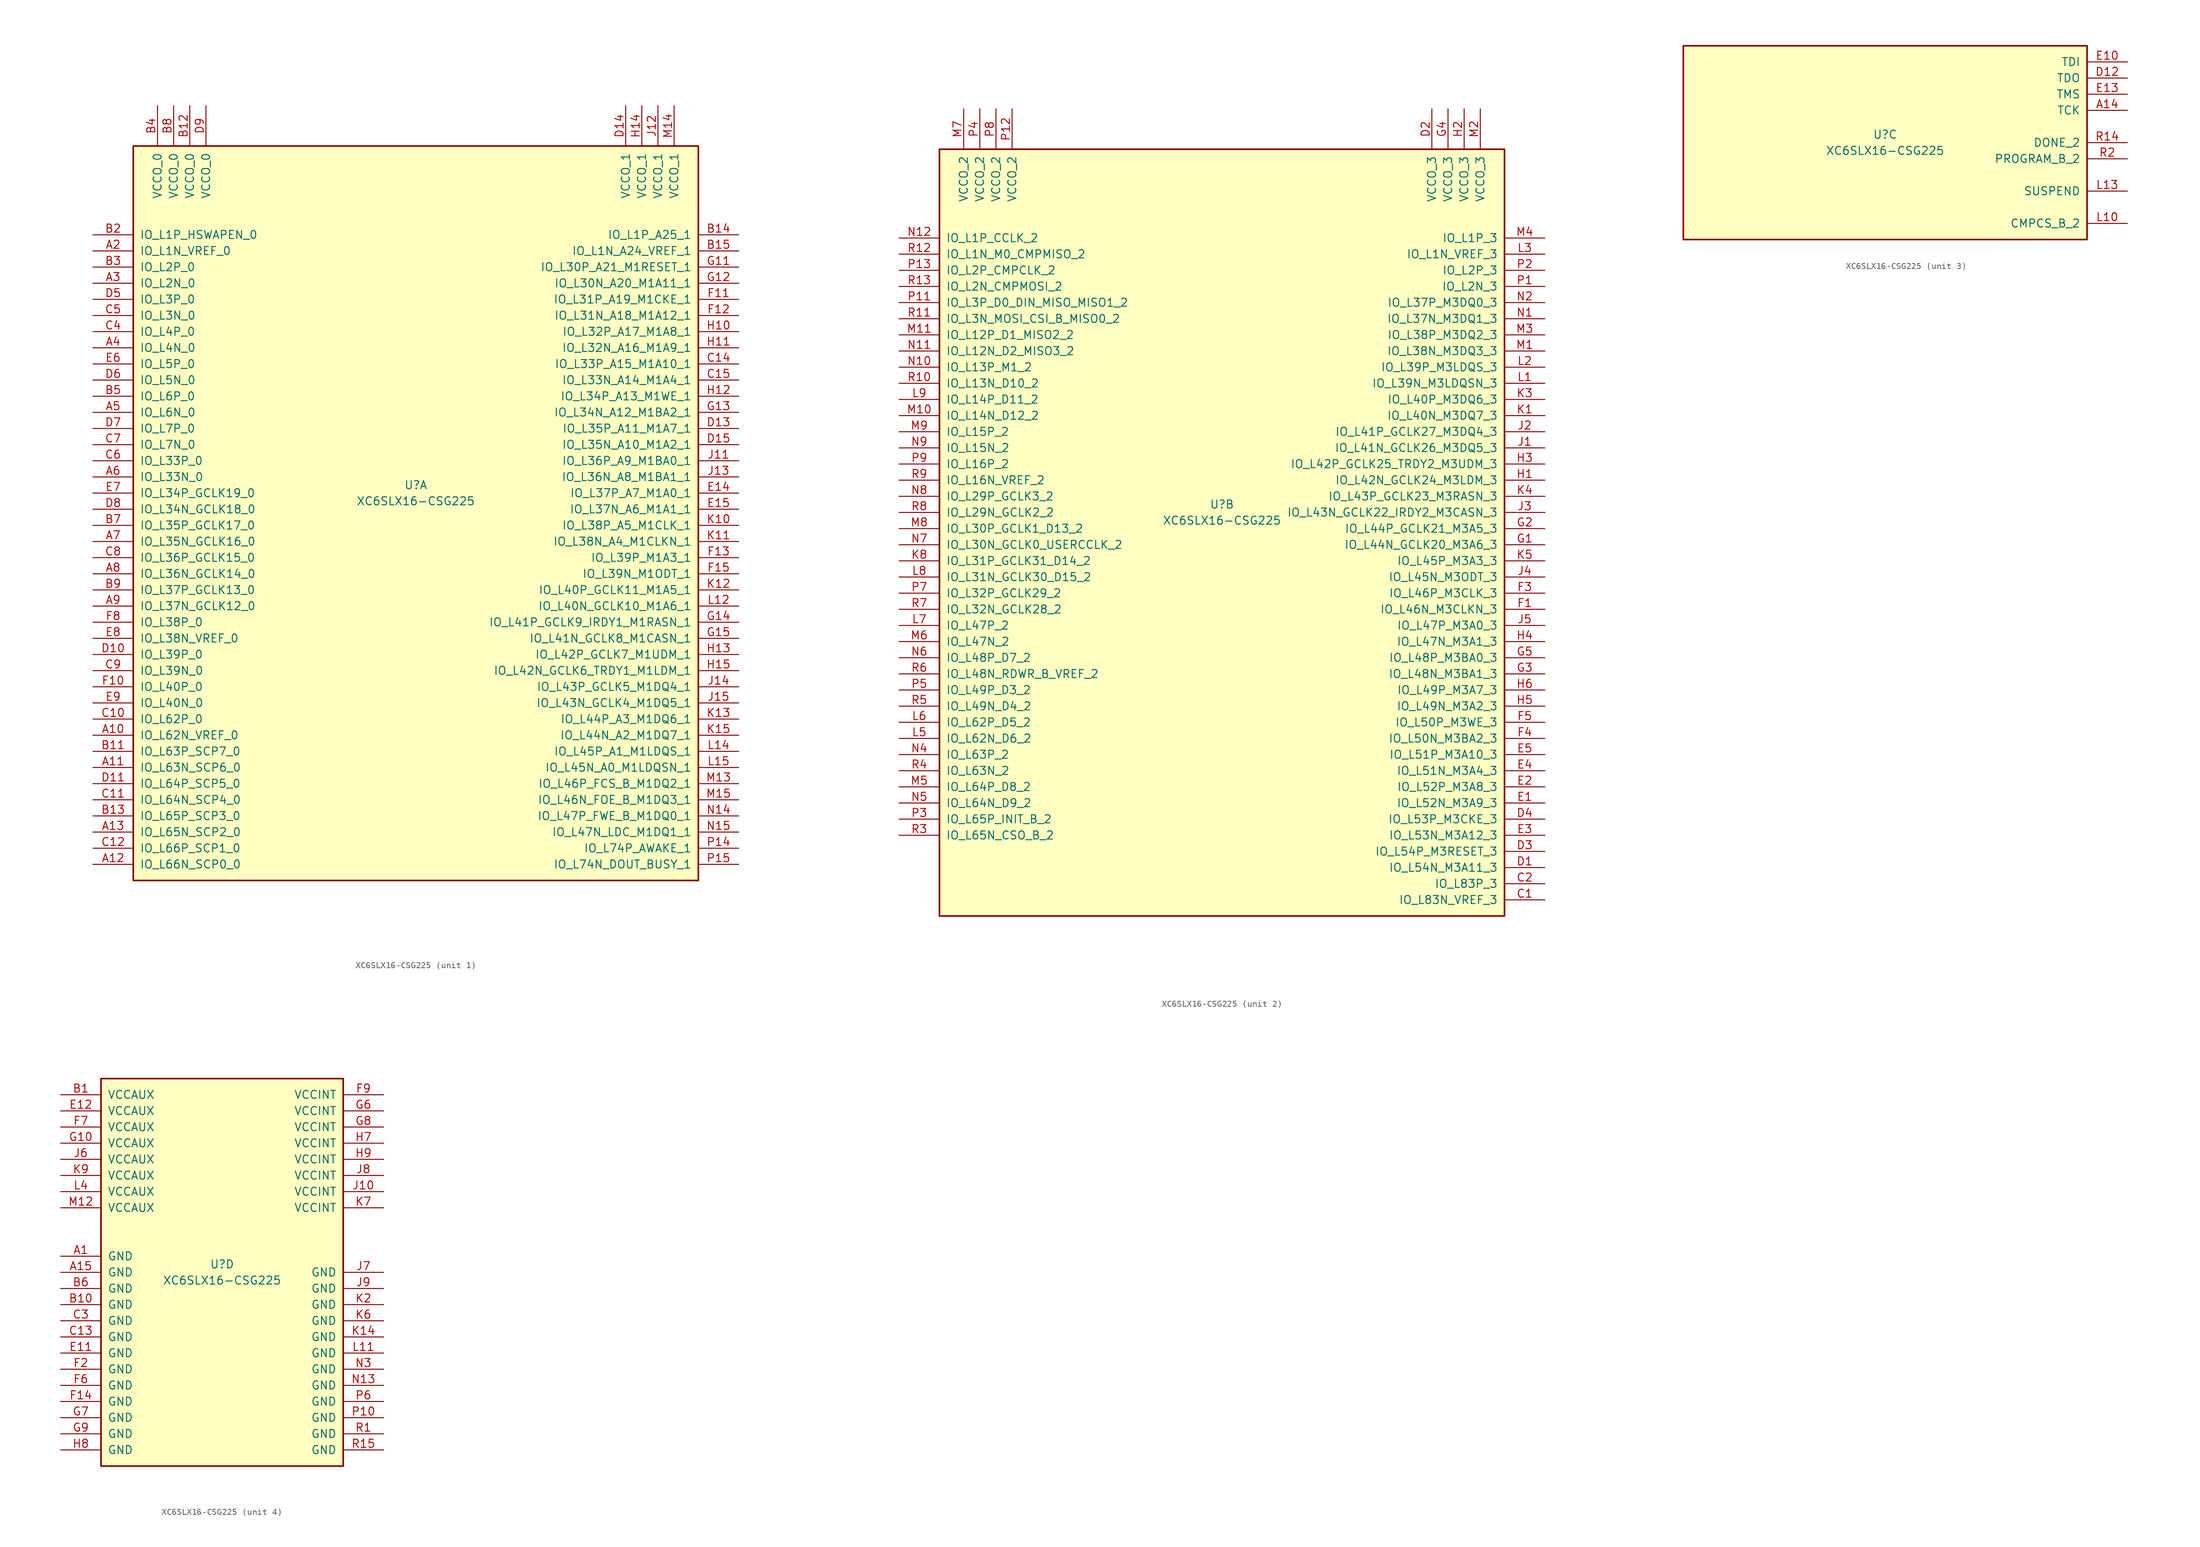
<source format=kicad_sym>
(kicad_symbol_lib
  (version 20201005)
  (generator kicad_symbol_editor)
  (symbol "FPGA_Xilinx_Spartan6:XC6SLX16-CSG225"
    (pin_names
      (offset 1.016))
    (property "Reference" "U"
      (at 0 1.27 0)
      (effects (font (size 1.27 1.27))))
    (property "Value" "XC6SLX16-CSG225"
      (at 0 -1.27 0)
      (effects (font (size 1.27 1.27))))
    (property "Datasheet" ""
      (at 0 0 0)
      (effects (font (size 1.27 1.27))))
    (property "ki_locked" ""
      (at 0 0 0)
      (effects (font (size 1.27 1.27))))
    (symbol "XC6SLX16-CSG225_1_1"
      (rectangle (start -44.45 54.61) (end 44.45 -60.96) (stroke (width 0.254)) (fill (type background)))
      (pin power_in line (at -40.64 60.96 270) (length 6.35) (name "VCCO_0" (effects (font (size 1.27 1.27)))) (number "B4" (effects (font (size 1.27 1.27)))))
      (pin power_in line (at -38.1 60.96 270) (length 6.35) (name "VCCO_0" (effects (font (size 1.27 1.27)))) (number "B8" (effects (font (size 1.27 1.27)))))
      (pin power_in line (at -35.56 60.96 270) (length 6.35) (name "VCCO_0" (effects (font (size 1.27 1.27)))) (number "B12" (effects (font (size 1.27 1.27)))))
      (pin power_in line (at -33.02 60.96 270) (length 6.35) (name "VCCO_0" (effects (font (size 1.27 1.27)))) (number "D9" (effects (font (size 1.27 1.27)))))
      (pin bidirectional line (at -50.8 40.64 0) (length 6.35) (name "IO_L1P_HSWAPEN_0" (effects (font (size 1.27 1.27)))) (number "B2" (effects (font (size 1.27 1.27)))))
      (pin bidirectional line (at -50.8 38.1 0) (length 6.35) (name "IO_L1N_VREF_0" (effects (font (size 1.27 1.27)))) (number "A2" (effects (font (size 1.27 1.27)))))
      (pin bidirectional line (at -50.8 35.56 0) (length 6.35) (name "IO_L2P_0" (effects (font (size 1.27 1.27)))) (number "B3" (effects (font (size 1.27 1.27)))))
      (pin bidirectional line (at -50.8 33.02 0) (length 6.35) (name "IO_L2N_0" (effects (font (size 1.27 1.27)))) (number "A3" (effects (font (size 1.27 1.27)))))
      (pin bidirectional line (at -50.8 30.48 0) (length 6.35) (name "IO_L3P_0" (effects (font (size 1.27 1.27)))) (number "D5" (effects (font (size 1.27 1.27)))))
      (pin bidirectional line (at -50.8 27.94 0) (length 6.35) (name "IO_L3N_0" (effects (font (size 1.27 1.27)))) (number "C5" (effects (font (size 1.27 1.27)))))
      (pin bidirectional line (at -50.8 25.4 0) (length 6.35) (name "IO_L4P_0" (effects (font (size 1.27 1.27)))) (number "C4" (effects (font (size 1.27 1.27)))))
      (pin bidirectional line (at -50.8 22.86 0) (length 6.35) (name "IO_L4N_0" (effects (font (size 1.27 1.27)))) (number "A4" (effects (font (size 1.27 1.27)))))
      (pin bidirectional line (at -50.8 20.32 0) (length 6.35) (name "IO_L5P_0" (effects (font (size 1.27 1.27)))) (number "E6" (effects (font (size 1.27 1.27)))))
      (pin bidirectional line (at -50.8 17.78 0) (length 6.35) (name "IO_L5N_0" (effects (font (size 1.27 1.27)))) (number "D6" (effects (font (size 1.27 1.27)))))
      (pin bidirectional line (at -50.8 15.24 0) (length 6.35) (name "IO_L6P_0" (effects (font (size 1.27 1.27)))) (number "B5" (effects (font (size 1.27 1.27)))))
      (pin bidirectional line (at -50.8 12.7 0) (length 6.35) (name "IO_L6N_0" (effects (font (size 1.27 1.27)))) (number "A5" (effects (font (size 1.27 1.27)))))
      (pin bidirectional line (at -50.8 10.16 0) (length 6.35) (name "IO_L7P_0" (effects (font (size 1.27 1.27)))) (number "D7" (effects (font (size 1.27 1.27)))))
      (pin bidirectional line (at -50.8 7.62 0) (length 6.35) (name "IO_L7N_0" (effects (font (size 1.27 1.27)))) (number "C7" (effects (font (size 1.27 1.27)))))
      (pin bidirectional line (at -50.8 5.08 0) (length 6.35) (name "IO_L33P_0" (effects (font (size 1.27 1.27)))) (number "C6" (effects (font (size 1.27 1.27)))))
      (pin bidirectional line (at -50.8 2.54 0) (length 6.35) (name "IO_L33N_0" (effects (font (size 1.27 1.27)))) (number "A6" (effects (font (size 1.27 1.27)))))
      (pin bidirectional line (at -50.8 0 0) (length 6.35) (name "IO_L34P_GCLK19_0" (effects (font (size 1.27 1.27)))) (number "E7" (effects (font (size 1.27 1.27)))))
      (pin bidirectional line (at -50.8 -2.54 0) (length 6.35) (name "IO_L34N_GCLK18_0" (effects (font (size 1.27 1.27)))) (number "D8" (effects (font (size 1.27 1.27)))))
      (pin bidirectional line (at -50.8 -5.08 0) (length 6.35) (name "IO_L35P_GCLK17_0" (effects (font (size 1.27 1.27)))) (number "B7" (effects (font (size 1.27 1.27)))))
      (pin bidirectional line (at -50.8 -7.62 0) (length 6.35) (name "IO_L35N_GCLK16_0" (effects (font (size 1.27 1.27)))) (number "A7" (effects (font (size 1.27 1.27)))))
      (pin bidirectional line (at -50.8 -10.16 0) (length 6.35) (name "IO_L36P_GCLK15_0" (effects (font (size 1.27 1.27)))) (number "C8" (effects (font (size 1.27 1.27)))))
      (pin bidirectional line (at -50.8 -12.7 0) (length 6.35) (name "IO_L36N_GCLK14_0" (effects (font (size 1.27 1.27)))) (number "A8" (effects (font (size 1.27 1.27)))))
      (pin bidirectional line (at -50.8 -15.24 0) (length 6.35) (name "IO_L37P_GCLK13_0" (effects (font (size 1.27 1.27)))) (number "B9" (effects (font (size 1.27 1.27)))))
      (pin bidirectional line (at -50.8 -17.78 0) (length 6.35) (name "IO_L37N_GCLK12_0" (effects (font (size 1.27 1.27)))) (number "A9" (effects (font (size 1.27 1.27)))))
      (pin bidirectional line (at -50.8 -20.32 0) (length 6.35) (name "IO_L38P_0" (effects (font (size 1.27 1.27)))) (number "F8" (effects (font (size 1.27 1.27)))))
      (pin bidirectional line (at -50.8 -22.86 0) (length 6.35) (name "IO_L38N_VREF_0" (effects (font (size 1.27 1.27)))) (number "E8" (effects (font (size 1.27 1.27)))))
      (pin bidirectional line (at -50.8 -25.4 0) (length 6.35) (name "IO_L39P_0" (effects (font (size 1.27 1.27)))) (number "D10" (effects (font (size 1.27 1.27)))))
      (pin bidirectional line (at -50.8 -27.94 0) (length 6.35) (name "IO_L39N_0" (effects (font (size 1.27 1.27)))) (number "C9" (effects (font (size 1.27 1.27)))))
      (pin bidirectional line (at -50.8 -30.48 0) (length 6.35) (name "IO_L40P_0" (effects (font (size 1.27 1.27)))) (number "F10" (effects (font (size 1.27 1.27)))))
      (pin bidirectional line (at -50.8 -33.02 0) (length 6.35) (name "IO_L40N_0" (effects (font (size 1.27 1.27)))) (number "E9" (effects (font (size 1.27 1.27)))))
      (pin bidirectional line (at -50.8 -35.56 0) (length 6.35) (name "IO_L62P_0" (effects (font (size 1.27 1.27)))) (number "C10" (effects (font (size 1.27 1.27)))))
      (pin bidirectional line (at -50.8 -38.1 0) (length 6.35) (name "IO_L62N_VREF_0" (effects (font (size 1.27 1.27)))) (number "A10" (effects (font (size 1.27 1.27)))))
      (pin bidirectional line (at -50.8 -40.64 0) (length 6.35) (name "IO_L63P_SCP7_0" (effects (font (size 1.27 1.27)))) (number "B11" (effects (font (size 1.27 1.27)))))
      (pin bidirectional line (at -50.8 -43.18 0) (length 6.35) (name "IO_L63N_SCP6_0" (effects (font (size 1.27 1.27)))) (number "A11" (effects (font (size 1.27 1.27)))))
      (pin bidirectional line (at -50.8 -45.72 0) (length 6.35) (name "IO_L64P_SCP5_0" (effects (font (size 1.27 1.27)))) (number "D11" (effects (font (size 1.27 1.27)))))
      (pin bidirectional line (at -50.8 -48.26 0) (length 6.35) (name "IO_L64N_SCP4_0" (effects (font (size 1.27 1.27)))) (number "C11" (effects (font (size 1.27 1.27)))))
      (pin bidirectional line (at -50.8 -50.8 0) (length 6.35) (name "IO_L65P_SCP3_0" (effects (font (size 1.27 1.27)))) (number "B13" (effects (font (size 1.27 1.27)))))
      (pin bidirectional line (at -50.8 -53.34 0) (length 6.35) (name "IO_L65N_SCP2_0" (effects (font (size 1.27 1.27)))) (number "A13" (effects (font (size 1.27 1.27)))))
      (pin bidirectional line (at -50.8 -55.88 0) (length 6.35) (name "IO_L66P_SCP1_0" (effects (font (size 1.27 1.27)))) (number "C12" (effects (font (size 1.27 1.27)))))
      (pin bidirectional line (at -50.8 -58.42 0) (length 6.35) (name "IO_L66N_SCP0_0" (effects (font (size 1.27 1.27)))) (number "A12" (effects (font (size 1.27 1.27)))))
      (pin power_in line (at 33.02 60.96 270) (length 6.35) (name "VCCO_1" (effects (font (size 1.27 1.27)))) (number "D14" (effects (font (size 1.27 1.27)))))
      (pin power_in line (at 35.56 60.96 270) (length 6.35) (name "VCCO_1" (effects (font (size 1.27 1.27)))) (number "H14" (effects (font (size 1.27 1.27)))))
      (pin power_in line (at 38.1 60.96 270) (length 6.35) (name "VCCO_1" (effects (font (size 1.27 1.27)))) (number "J12" (effects (font (size 1.27 1.27)))))
      (pin power_in line (at 40.64 60.96 270) (length 6.35) (name "VCCO_1" (effects (font (size 1.27 1.27)))) (number "M14" (effects (font (size 1.27 1.27)))))
      (pin bidirectional line (at 50.8 40.64 180) (length 6.35) (name "IO_L1P_A25_1" (effects (font (size 1.27 1.27)))) (number "B14" (effects (font (size 1.27 1.27)))))
      (pin bidirectional line (at 50.8 38.1 180) (length 6.35) (name "IO_L1N_A24_VREF_1" (effects (font (size 1.27 1.27)))) (number "B15" (effects (font (size 1.27 1.27)))))
      (pin bidirectional line (at 50.8 35.56 180) (length 6.35) (name "IO_L30P_A21_M1RESET_1" (effects (font (size 1.27 1.27)))) (number "G11" (effects (font (size 1.27 1.27)))))
      (pin bidirectional line (at 50.8 33.02 180) (length 6.35) (name "IO_L30N_A20_M1A11_1" (effects (font (size 1.27 1.27)))) (number "G12" (effects (font (size 1.27 1.27)))))
      (pin bidirectional line (at 50.8 30.48 180) (length 6.35) (name "IO_L31P_A19_M1CKE_1" (effects (font (size 1.27 1.27)))) (number "F11" (effects (font (size 1.27 1.27)))))
      (pin bidirectional line (at 50.8 27.94 180) (length 6.35) (name "IO_L31N_A18_M1A12_1" (effects (font (size 1.27 1.27)))) (number "F12" (effects (font (size 1.27 1.27)))))
      (pin bidirectional line (at 50.8 25.4 180) (length 6.35) (name "IO_L32P_A17_M1A8_1" (effects (font (size 1.27 1.27)))) (number "H10" (effects (font (size 1.27 1.27)))))
      (pin bidirectional line (at 50.8 22.86 180) (length 6.35) (name "IO_L32N_A16_M1A9_1" (effects (font (size 1.27 1.27)))) (number "H11" (effects (font (size 1.27 1.27)))))
      (pin bidirectional line (at 50.8 20.32 180) (length 6.35) (name "IO_L33P_A15_M1A10_1" (effects (font (size 1.27 1.27)))) (number "C14" (effects (font (size 1.27 1.27)))))
      (pin bidirectional line (at 50.8 17.78 180) (length 6.35) (name "IO_L33N_A14_M1A4_1" (effects (font (size 1.27 1.27)))) (number "C15" (effects (font (size 1.27 1.27)))))
      (pin bidirectional line (at 50.8 15.24 180) (length 6.35) (name "IO_L34P_A13_M1WE_1" (effects (font (size 1.27 1.27)))) (number "H12" (effects (font (size 1.27 1.27)))))
      (pin bidirectional line (at 50.8 12.7 180) (length 6.35) (name "IO_L34N_A12_M1BA2_1" (effects (font (size 1.27 1.27)))) (number "G13" (effects (font (size 1.27 1.27)))))
      (pin bidirectional line (at 50.8 10.16 180) (length 6.35) (name "IO_L35P_A11_M1A7_1" (effects (font (size 1.27 1.27)))) (number "D13" (effects (font (size 1.27 1.27)))))
      (pin bidirectional line (at 50.8 7.62 180) (length 6.35) (name "IO_L35N_A10_M1A2_1" (effects (font (size 1.27 1.27)))) (number "D15" (effects (font (size 1.27 1.27)))))
      (pin bidirectional line (at 50.8 5.08 180) (length 6.35) (name "IO_L36P_A9_M1BA0_1" (effects (font (size 1.27 1.27)))) (number "J11" (effects (font (size 1.27 1.27)))))
      (pin bidirectional line (at 50.8 2.54 180) (length 6.35) (name "IO_L36N_A8_M1BA1_1" (effects (font (size 1.27 1.27)))) (number "J13" (effects (font (size 1.27 1.27)))))
      (pin bidirectional line (at 50.8 0 180) (length 6.35) (name "IO_L37P_A7_M1A0_1" (effects (font (size 1.27 1.27)))) (number "E14" (effects (font (size 1.27 1.27)))))
      (pin bidirectional line (at 50.8 -2.54 180) (length 6.35) (name "IO_L37N_A6_M1A1_1" (effects (font (size 1.27 1.27)))) (number "E15" (effects (font (size 1.27 1.27)))))
      (pin bidirectional line (at 50.8 -5.08 180) (length 6.35) (name "IO_L38P_A5_M1CLK_1" (effects (font (size 1.27 1.27)))) (number "K10" (effects (font (size 1.27 1.27)))))
      (pin bidirectional line (at 50.8 -7.62 180) (length 6.35) (name "IO_L38N_A4_M1CLKN_1" (effects (font (size 1.27 1.27)))) (number "K11" (effects (font (size 1.27 1.27)))))
      (pin bidirectional line (at 50.8 -10.16 180) (length 6.35) (name "IO_L39P_M1A3_1" (effects (font (size 1.27 1.27)))) (number "F13" (effects (font (size 1.27 1.27)))))
      (pin bidirectional line (at 50.8 -12.7 180) (length 6.35) (name "IO_L39N_M1ODT_1" (effects (font (size 1.27 1.27)))) (number "F15" (effects (font (size 1.27 1.27)))))
      (pin bidirectional line (at 50.8 -15.24 180) (length 6.35) (name "IO_L40P_GCLK11_M1A5_1" (effects (font (size 1.27 1.27)))) (number "K12" (effects (font (size 1.27 1.27)))))
      (pin bidirectional line (at 50.8 -17.78 180) (length 6.35) (name "IO_L40N_GCLK10_M1A6_1" (effects (font (size 1.27 1.27)))) (number "L12" (effects (font (size 1.27 1.27)))))
      (pin bidirectional line (at 50.8 -20.32 180) (length 6.35) (name "IO_L41P_GCLK9_IRDY1_M1RASN_1" (effects (font (size 1.27 1.27)))) (number "G14" (effects (font (size 1.27 1.27)))))
      (pin bidirectional line (at 50.8 -22.86 180) (length 6.35) (name "IO_L41N_GCLK8_M1CASN_1" (effects (font (size 1.27 1.27)))) (number "G15" (effects (font (size 1.27 1.27)))))
      (pin bidirectional line (at 50.8 -25.4 180) (length 6.35) (name "IO_L42P_GCLK7_M1UDM_1" (effects (font (size 1.27 1.27)))) (number "H13" (effects (font (size 1.27 1.27)))))
      (pin bidirectional line (at 50.8 -27.94 180) (length 6.35) (name "IO_L42N_GCLK6_TRDY1_M1LDM_1" (effects (font (size 1.27 1.27)))) (number "H15" (effects (font (size 1.27 1.27)))))
      (pin bidirectional line (at 50.8 -30.48 180) (length 6.35) (name "IO_L43P_GCLK5_M1DQ4_1" (effects (font (size 1.27 1.27)))) (number "J14" (effects (font (size 1.27 1.27)))))
      (pin bidirectional line (at 50.8 -33.02 180) (length 6.35) (name "IO_L43N_GCLK4_M1DQ5_1" (effects (font (size 1.27 1.27)))) (number "J15" (effects (font (size 1.27 1.27)))))
      (pin bidirectional line (at 50.8 -35.56 180) (length 6.35) (name "IO_L44P_A3_M1DQ6_1" (effects (font (size 1.27 1.27)))) (number "K13" (effects (font (size 1.27 1.27)))))
      (pin bidirectional line (at 50.8 -38.1 180) (length 6.35) (name "IO_L44N_A2_M1DQ7_1" (effects (font (size 1.27 1.27)))) (number "K15" (effects (font (size 1.27 1.27)))))
      (pin bidirectional line (at 50.8 -40.64 180) (length 6.35) (name "IO_L45P_A1_M1LDQS_1" (effects (font (size 1.27 1.27)))) (number "L14" (effects (font (size 1.27 1.27)))))
      (pin bidirectional line (at 50.8 -43.18 180) (length 6.35) (name "IO_L45N_A0_M1LDQSN_1" (effects (font (size 1.27 1.27)))) (number "L15" (effects (font (size 1.27 1.27)))))
      (pin bidirectional line (at 50.8 -45.72 180) (length 6.35) (name "IO_L46P_FCS_B_M1DQ2_1" (effects (font (size 1.27 1.27)))) (number "M13" (effects (font (size 1.27 1.27)))))
      (pin bidirectional line (at 50.8 -48.26 180) (length 6.35) (name "IO_L46N_FOE_B_M1DQ3_1" (effects (font (size 1.27 1.27)))) (number "M15" (effects (font (size 1.27 1.27)))))
      (pin bidirectional line (at 50.8 -50.8 180) (length 6.35) (name "IO_L47P_FWE_B_M1DQ0_1" (effects (font (size 1.27 1.27)))) (number "N14" (effects (font (size 1.27 1.27)))))
      (pin bidirectional line (at 50.8 -53.34 180) (length 6.35) (name "IO_L47N_LDC_M1DQ1_1" (effects (font (size 1.27 1.27)))) (number "N15" (effects (font (size 1.27 1.27)))))
      (pin bidirectional line (at 50.8 -55.88 180) (length 6.35) (name "IO_L74P_AWAKE_1" (effects (font (size 1.27 1.27)))) (number "P14" (effects (font (size 1.27 1.27)))))
      (pin bidirectional line (at 50.8 -58.42 180) (length 6.35) (name "IO_L74N_DOUT_BUSY_1" (effects (font (size 1.27 1.27)))) (number "P15" (effects (font (size 1.27 1.27))))))
    (symbol "XC6SLX16-CSG225_2_1"
      (rectangle (start -44.45 57.15) (end 44.45 -63.5) (stroke (width 0.254)) (fill (type background)))
      (pin power_in line (at -40.64 63.5 270) (length 6.35) (name "VCCO_2" (effects (font (size 1.27 1.27)))) (number "M7" (effects (font (size 1.27 1.27)))))
      (pin power_in line (at -38.1 63.5 270) (length 6.35) (name "VCCO_2" (effects (font (size 1.27 1.27)))) (number "P4" (effects (font (size 1.27 1.27)))))
      (pin power_in line (at -35.56 63.5 270) (length 6.35) (name "VCCO_2" (effects (font (size 1.27 1.27)))) (number "P8" (effects (font (size 1.27 1.27)))))
      (pin power_in line (at -33.02 63.5 270) (length 6.35) (name "VCCO_2" (effects (font (size 1.27 1.27)))) (number "P12" (effects (font (size 1.27 1.27)))))
      (pin bidirectional line (at -50.8 43.18 0) (length 6.35) (name "IO_L1P_CCLK_2" (effects (font (size 1.27 1.27)))) (number "N12" (effects (font (size 1.27 1.27)))))
      (pin bidirectional line (at -50.8 40.64 0) (length 6.35) (name "IO_L1N_M0_CMPMISO_2" (effects (font (size 1.27 1.27)))) (number "R12" (effects (font (size 1.27 1.27)))))
      (pin bidirectional line (at -50.8 38.1 0) (length 6.35) (name "IO_L2P_CMPCLK_2" (effects (font (size 1.27 1.27)))) (number "P13" (effects (font (size 1.27 1.27)))))
      (pin bidirectional line (at -50.8 35.56 0) (length 6.35) (name "IO_L2N_CMPMOSI_2" (effects (font (size 1.27 1.27)))) (number "R13" (effects (font (size 1.27 1.27)))))
      (pin bidirectional line (at -50.8 33.02 0) (length 6.35) (name "IO_L3P_D0_DIN_MISO_MISO1_2" (effects (font (size 1.27 1.27)))) (number "P11" (effects (font (size 1.27 1.27)))))
      (pin bidirectional line (at -50.8 30.48 0) (length 6.35) (name "IO_L3N_MOSI_CSI_B_MISO0_2" (effects (font (size 1.27 1.27)))) (number "R11" (effects (font (size 1.27 1.27)))))
      (pin bidirectional line (at -50.8 27.94 0) (length 6.35) (name "IO_L12P_D1_MISO2_2" (effects (font (size 1.27 1.27)))) (number "M11" (effects (font (size 1.27 1.27)))))
      (pin bidirectional line (at -50.8 25.4 0) (length 6.35) (name "IO_L12N_D2_MISO3_2" (effects (font (size 1.27 1.27)))) (number "N11" (effects (font (size 1.27 1.27)))))
      (pin bidirectional line (at -50.8 22.86 0) (length 6.35) (name "IO_L13P_M1_2" (effects (font (size 1.27 1.27)))) (number "N10" (effects (font (size 1.27 1.27)))))
      (pin bidirectional line (at -50.8 20.32 0) (length 6.35) (name "IO_L13N_D10_2" (effects (font (size 1.27 1.27)))) (number "R10" (effects (font (size 1.27 1.27)))))
      (pin bidirectional line (at -50.8 17.78 0) (length 6.35) (name "IO_L14P_D11_2" (effects (font (size 1.27 1.27)))) (number "L9" (effects (font (size 1.27 1.27)))))
      (pin bidirectional line (at -50.8 15.24 0) (length 6.35) (name "IO_L14N_D12_2" (effects (font (size 1.27 1.27)))) (number "M10" (effects (font (size 1.27 1.27)))))
      (pin bidirectional line (at -50.8 12.7 0) (length 6.35) (name "IO_L15P_2" (effects (font (size 1.27 1.27)))) (number "M9" (effects (font (size 1.27 1.27)))))
      (pin bidirectional line (at -50.8 10.16 0) (length 6.35) (name "IO_L15N_2" (effects (font (size 1.27 1.27)))) (number "N9" (effects (font (size 1.27 1.27)))))
      (pin bidirectional line (at -50.8 7.62 0) (length 6.35) (name "IO_L16P_2" (effects (font (size 1.27 1.27)))) (number "P9" (effects (font (size 1.27 1.27)))))
      (pin bidirectional line (at -50.8 5.08 0) (length 6.35) (name "IO_L16N_VREF_2" (effects (font (size 1.27 1.27)))) (number "R9" (effects (font (size 1.27 1.27)))))
      (pin bidirectional line (at -50.8 2.54 0) (length 6.35) (name "IO_L29P_GCLK3_2" (effects (font (size 1.27 1.27)))) (number "N8" (effects (font (size 1.27 1.27)))))
      (pin bidirectional line (at -50.8 0 0) (length 6.35) (name "IO_L29N_GCLK2_2" (effects (font (size 1.27 1.27)))) (number "R8" (effects (font (size 1.27 1.27)))))
      (pin bidirectional line (at -50.8 -2.54 0) (length 6.35) (name "IO_L30P_GCLK1_D13_2" (effects (font (size 1.27 1.27)))) (number "M8" (effects (font (size 1.27 1.27)))))
      (pin bidirectional line (at -50.8 -5.08 0) (length 6.35) (name "IO_L30N_GCLK0_USERCCLK_2" (effects (font (size 1.27 1.27)))) (number "N7" (effects (font (size 1.27 1.27)))))
      (pin bidirectional line (at -50.8 -7.62 0) (length 6.35) (name "IO_L31P_GCLK31_D14_2" (effects (font (size 1.27 1.27)))) (number "K8" (effects (font (size 1.27 1.27)))))
      (pin bidirectional line (at -50.8 -10.16 0) (length 6.35) (name "IO_L31N_GCLK30_D15_2" (effects (font (size 1.27 1.27)))) (number "L8" (effects (font (size 1.27 1.27)))))
      (pin bidirectional line (at -50.8 -12.7 0) (length 6.35) (name "IO_L32P_GCLK29_2" (effects (font (size 1.27 1.27)))) (number "P7" (effects (font (size 1.27 1.27)))))
      (pin bidirectional line (at -50.8 -15.24 0) (length 6.35) (name "IO_L32N_GCLK28_2" (effects (font (size 1.27 1.27)))) (number "R7" (effects (font (size 1.27 1.27)))))
      (pin bidirectional line (at -50.8 -17.78 0) (length 6.35) (name "IO_L47P_2" (effects (font (size 1.27 1.27)))) (number "L7" (effects (font (size 1.27 1.27)))))
      (pin bidirectional line (at -50.8 -20.32 0) (length 6.35) (name "IO_L47N_2" (effects (font (size 1.27 1.27)))) (number "M6" (effects (font (size 1.27 1.27)))))
      (pin bidirectional line (at -50.8 -22.86 0) (length 6.35) (name "IO_L48P_D7_2" (effects (font (size 1.27 1.27)))) (number "N6" (effects (font (size 1.27 1.27)))))
      (pin bidirectional line (at -50.8 -25.4 0) (length 6.35) (name "IO_L48N_RDWR_B_VREF_2" (effects (font (size 1.27 1.27)))) (number "R6" (effects (font (size 1.27 1.27)))))
      (pin bidirectional line (at -50.8 -27.94 0) (length 6.35) (name "IO_L49P_D3_2" (effects (font (size 1.27 1.27)))) (number "P5" (effects (font (size 1.27 1.27)))))
      (pin bidirectional line (at -50.8 -30.48 0) (length 6.35) (name "IO_L49N_D4_2" (effects (font (size 1.27 1.27)))) (number "R5" (effects (font (size 1.27 1.27)))))
      (pin bidirectional line (at -50.8 -33.02 0) (length 6.35) (name "IO_L62P_D5_2" (effects (font (size 1.27 1.27)))) (number "L6" (effects (font (size 1.27 1.27)))))
      (pin bidirectional line (at -50.8 -35.56 0) (length 6.35) (name "IO_L62N_D6_2" (effects (font (size 1.27 1.27)))) (number "L5" (effects (font (size 1.27 1.27)))))
      (pin bidirectional line (at -50.8 -38.1 0) (length 6.35) (name "IO_L63P_2" (effects (font (size 1.27 1.27)))) (number "N4" (effects (font (size 1.27 1.27)))))
      (pin bidirectional line (at -50.8 -40.64 0) (length 6.35) (name "IO_L63N_2" (effects (font (size 1.27 1.27)))) (number "R4" (effects (font (size 1.27 1.27)))))
      (pin bidirectional line (at -50.8 -43.18 0) (length 6.35) (name "IO_L64P_D8_2" (effects (font (size 1.27 1.27)))) (number "M5" (effects (font (size 1.27 1.27)))))
      (pin bidirectional line (at -50.8 -45.72 0) (length 6.35) (name "IO_L64N_D9_2" (effects (font (size 1.27 1.27)))) (number "N5" (effects (font (size 1.27 1.27)))))
      (pin bidirectional line (at -50.8 -48.26 0) (length 6.35) (name "IO_L65P_INIT_B_2" (effects (font (size 1.27 1.27)))) (number "P3" (effects (font (size 1.27 1.27)))))
      (pin bidirectional line (at -50.8 -50.8 0) (length 6.35) (name "IO_L65N_CSO_B_2" (effects (font (size 1.27 1.27)))) (number "R3" (effects (font (size 1.27 1.27)))))
      (pin power_in line (at 33.02 63.5 270) (length 6.35) (name "VCCO_3" (effects (font (size 1.27 1.27)))) (number "D2" (effects (font (size 1.27 1.27)))))
      (pin power_in line (at 35.56 63.5 270) (length 6.35) (name "VCCO_3" (effects (font (size 1.27 1.27)))) (number "G4" (effects (font (size 1.27 1.27)))))
      (pin power_in line (at 38.1 63.5 270) (length 6.35) (name "VCCO_3" (effects (font (size 1.27 1.27)))) (number "H2" (effects (font (size 1.27 1.27)))))
      (pin power_in line (at 40.64 63.5 270) (length 6.35) (name "VCCO_3" (effects (font (size 1.27 1.27)))) (number "M2" (effects (font (size 1.27 1.27)))))
      (pin bidirectional line (at 50.8 43.18 180) (length 6.35) (name "IO_L1P_3" (effects (font (size 1.27 1.27)))) (number "M4" (effects (font (size 1.27 1.27)))))
      (pin bidirectional line (at 50.8 40.64 180) (length 6.35) (name "IO_L1N_VREF_3" (effects (font (size 1.27 1.27)))) (number "L3" (effects (font (size 1.27 1.27)))))
      (pin bidirectional line (at 50.8 38.1 180) (length 6.35) (name "IO_L2P_3" (effects (font (size 1.27 1.27)))) (number "P2" (effects (font (size 1.27 1.27)))))
      (pin bidirectional line (at 50.8 35.56 180) (length 6.35) (name "IO_L2N_3" (effects (font (size 1.27 1.27)))) (number "P1" (effects (font (size 1.27 1.27)))))
      (pin bidirectional line (at 50.8 33.02 180) (length 6.35) (name "IO_L37P_M3DQ0_3" (effects (font (size 1.27 1.27)))) (number "N2" (effects (font (size 1.27 1.27)))))
      (pin bidirectional line (at 50.8 30.48 180) (length 6.35) (name "IO_L37N_M3DQ1_3" (effects (font (size 1.27 1.27)))) (number "N1" (effects (font (size 1.27 1.27)))))
      (pin bidirectional line (at 50.8 27.94 180) (length 6.35) (name "IO_L38P_M3DQ2_3" (effects (font (size 1.27 1.27)))) (number "M3" (effects (font (size 1.27 1.27)))))
      (pin bidirectional line (at 50.8 25.4 180) (length 6.35) (name "IO_L38N_M3DQ3_3" (effects (font (size 1.27 1.27)))) (number "M1" (effects (font (size 1.27 1.27)))))
      (pin bidirectional line (at 50.8 22.86 180) (length 6.35) (name "IO_L39P_M3LDQS_3" (effects (font (size 1.27 1.27)))) (number "L2" (effects (font (size 1.27 1.27)))))
      (pin bidirectional line (at 50.8 20.32 180) (length 6.35) (name "IO_L39N_M3LDQSN_3" (effects (font (size 1.27 1.27)))) (number "L1" (effects (font (size 1.27 1.27)))))
      (pin bidirectional line (at 50.8 17.78 180) (length 6.35) (name "IO_L40P_M3DQ6_3" (effects (font (size 1.27 1.27)))) (number "K3" (effects (font (size 1.27 1.27)))))
      (pin bidirectional line (at 50.8 15.24 180) (length 6.35) (name "IO_L40N_M3DQ7_3" (effects (font (size 1.27 1.27)))) (number "K1" (effects (font (size 1.27 1.27)))))
      (pin bidirectional line (at 50.8 12.7 180) (length 6.35) (name "IO_L41P_GCLK27_M3DQ4_3" (effects (font (size 1.27 1.27)))) (number "J2" (effects (font (size 1.27 1.27)))))
      (pin bidirectional line (at 50.8 10.16 180) (length 6.35) (name "IO_L41N_GCLK26_M3DQ5_3" (effects (font (size 1.27 1.27)))) (number "J1" (effects (font (size 1.27 1.27)))))
      (pin bidirectional line (at 50.8 7.62 180) (length 6.35) (name "IO_L42P_GCLK25_TRDY2_M3UDM_3" (effects (font (size 1.27 1.27)))) (number "H3" (effects (font (size 1.27 1.27)))))
      (pin bidirectional line (at 50.8 5.08 180) (length 6.35) (name "IO_L42N_GCLK24_M3LDM_3" (effects (font (size 1.27 1.27)))) (number "H1" (effects (font (size 1.27 1.27)))))
      (pin bidirectional line (at 50.8 2.54 180) (length 6.35) (name "IO_L43P_GCLK23_M3RASN_3" (effects (font (size 1.27 1.27)))) (number "K4" (effects (font (size 1.27 1.27)))))
      (pin bidirectional line (at 50.8 0 180) (length 6.35) (name "IO_L43N_GCLK22_IRDY2_M3CASN_3" (effects (font (size 1.27 1.27)))) (number "J3" (effects (font (size 1.27 1.27)))))
      (pin bidirectional line (at 50.8 -2.54 180) (length 6.35) (name "IO_L44P_GCLK21_M3A5_3" (effects (font (size 1.27 1.27)))) (number "G2" (effects (font (size 1.27 1.27)))))
      (pin bidirectional line (at 50.8 -5.08 180) (length 6.35) (name "IO_L44N_GCLK20_M3A6_3" (effects (font (size 1.27 1.27)))) (number "G1" (effects (font (size 1.27 1.27)))))
      (pin bidirectional line (at 50.8 -7.62 180) (length 6.35) (name "IO_L45P_M3A3_3" (effects (font (size 1.27 1.27)))) (number "K5" (effects (font (size 1.27 1.27)))))
      (pin bidirectional line (at 50.8 -10.16 180) (length 6.35) (name "IO_L45N_M3ODT_3" (effects (font (size 1.27 1.27)))) (number "J4" (effects (font (size 1.27 1.27)))))
      (pin bidirectional line (at 50.8 -12.7 180) (length 6.35) (name "IO_L46P_M3CLK_3" (effects (font (size 1.27 1.27)))) (number "F3" (effects (font (size 1.27 1.27)))))
      (pin bidirectional line (at 50.8 -15.24 180) (length 6.35) (name "IO_L46N_M3CLKN_3" (effects (font (size 1.27 1.27)))) (number "F1" (effects (font (size 1.27 1.27)))))
      (pin bidirectional line (at 50.8 -17.78 180) (length 6.35) (name "IO_L47P_M3A0_3" (effects (font (size 1.27 1.27)))) (number "J5" (effects (font (size 1.27 1.27)))))
      (pin bidirectional line (at 50.8 -20.32 180) (length 6.35) (name "IO_L47N_M3A1_3" (effects (font (size 1.27 1.27)))) (number "H4" (effects (font (size 1.27 1.27)))))
      (pin bidirectional line (at 50.8 -22.86 180) (length 6.35) (name "IO_L48P_M3BA0_3" (effects (font (size 1.27 1.27)))) (number "G5" (effects (font (size 1.27 1.27)))))
      (pin bidirectional line (at 50.8 -25.4 180) (length 6.35) (name "IO_L48N_M3BA1_3" (effects (font (size 1.27 1.27)))) (number "G3" (effects (font (size 1.27 1.27)))))
      (pin bidirectional line (at 50.8 -27.94 180) (length 6.35) (name "IO_L49P_M3A7_3" (effects (font (size 1.27 1.27)))) (number "H6" (effects (font (size 1.27 1.27)))))
      (pin bidirectional line (at 50.8 -30.48 180) (length 6.35) (name "IO_L49N_M3A2_3" (effects (font (size 1.27 1.27)))) (number "H5" (effects (font (size 1.27 1.27)))))
      (pin bidirectional line (at 50.8 -33.02 180) (length 6.35) (name "IO_L50P_M3WE_3" (effects (font (size 1.27 1.27)))) (number "F5" (effects (font (size 1.27 1.27)))))
      (pin bidirectional line (at 50.8 -35.56 180) (length 6.35) (name "IO_L50N_M3BA2_3" (effects (font (size 1.27 1.27)))) (number "F4" (effects (font (size 1.27 1.27)))))
      (pin bidirectional line (at 50.8 -38.1 180) (length 6.35) (name "IO_L51P_M3A10_3" (effects (font (size 1.27 1.27)))) (number "E5" (effects (font (size 1.27 1.27)))))
      (pin bidirectional line (at 50.8 -40.64 180) (length 6.35) (name "IO_L51N_M3A4_3" (effects (font (size 1.27 1.27)))) (number "E4" (effects (font (size 1.27 1.27)))))
      (pin bidirectional line (at 50.8 -43.18 180) (length 6.35) (name "IO_L52P_M3A8_3" (effects (font (size 1.27 1.27)))) (number "E2" (effects (font (size 1.27 1.27)))))
      (pin bidirectional line (at 50.8 -45.72 180) (length 6.35) (name "IO_L52N_M3A9_3" (effects (font (size 1.27 1.27)))) (number "E1" (effects (font (size 1.27 1.27)))))
      (pin bidirectional line (at 50.8 -48.26 180) (length 6.35) (name "IO_L53P_M3CKE_3" (effects (font (size 1.27 1.27)))) (number "D4" (effects (font (size 1.27 1.27)))))
      (pin bidirectional line (at 50.8 -50.8 180) (length 6.35) (name "IO_L53N_M3A12_3" (effects (font (size 1.27 1.27)))) (number "E3" (effects (font (size 1.27 1.27)))))
      (pin bidirectional line (at 50.8 -53.34 180) (length 6.35) (name "IO_L54P_M3RESET_3" (effects (font (size 1.27 1.27)))) (number "D3" (effects (font (size 1.27 1.27)))))
      (pin bidirectional line (at 50.8 -55.88 180) (length 6.35) (name "IO_L54N_M3A11_3" (effects (font (size 1.27 1.27)))) (number "D1" (effects (font (size 1.27 1.27)))))
      (pin bidirectional line (at 50.8 -58.42 180) (length 6.35) (name "IO_L83P_3" (effects (font (size 1.27 1.27)))) (number "C2" (effects (font (size 1.27 1.27)))))
      (pin bidirectional line (at 50.8 -60.96 180) (length 6.35) (name "IO_L83N_VREF_3" (effects (font (size 1.27 1.27)))) (number "C1" (effects (font (size 1.27 1.27))))))
    (symbol "XC6SLX16-CSG225_3_1"
      (rectangle (start -31.75 15.24) (end 31.75 -15.24) (stroke (width 0.254)) (fill (type background)))
      (pin bidirectional line (at 38.1 12.7 180) (length 6.35) (name "TDI" (effects (font (size 1.27 1.27)))) (number "E10" (effects (font (size 1.27 1.27)))))
      (pin bidirectional line (at 38.1 10.16 180) (length 6.35) (name "TDO" (effects (font (size 1.27 1.27)))) (number "D12" (effects (font (size 1.27 1.27)))))
      (pin bidirectional line (at 38.1 7.62 180) (length 6.35) (name "TMS" (effects (font (size 1.27 1.27)))) (number "E13" (effects (font (size 1.27 1.27)))))
      (pin bidirectional line (at 38.1 5.08 180) (length 6.35) (name "TCK" (effects (font (size 1.27 1.27)))) (number "A14" (effects (font (size 1.27 1.27)))))
      (pin bidirectional line (at 38.1 0 180) (length 6.35) (name "DONE_2" (effects (font (size 1.27 1.27)))) (number "R14" (effects (font (size 1.27 1.27)))))
      (pin bidirectional line (at 38.1 -2.54 180) (length 6.35) (name "PROGRAM_B_2" (effects (font (size 1.27 1.27)))) (number "R2" (effects (font (size 1.27 1.27)))))
      (pin bidirectional line (at 38.1 -7.62 180) (length 6.35) (name "SUSPEND" (effects (font (size 1.27 1.27)))) (number "L13" (effects (font (size 1.27 1.27)))))
      (pin bidirectional line (at 38.1 -12.7 180) (length 6.35) (name "CMPCS_B_2" (effects (font (size 1.27 1.27)))) (number "L10" (effects (font (size 1.27 1.27))))))
    (symbol "XC6SLX16-CSG225_4_1"
      (rectangle (start -19.05 30.48) (end 19.05 -30.48) (stroke (width 0.254)) (fill (type background)))
      (pin power_in line (at -25.4 27.94 0) (length 6.35) (name "VCCAUX" (effects (font (size 1.27 1.27)))) (number "B1" (effects (font (size 1.27 1.27)))))
      (pin power_in line (at -25.4 25.4 0) (length 6.35) (name "VCCAUX" (effects (font (size 1.27 1.27)))) (number "E12" (effects (font (size 1.27 1.27)))))
      (pin power_in line (at -25.4 22.86 0) (length 6.35) (name "VCCAUX" (effects (font (size 1.27 1.27)))) (number "F7" (effects (font (size 1.27 1.27)))))
      (pin power_in line (at -25.4 20.32 0) (length 6.35) (name "VCCAUX" (effects (font (size 1.27 1.27)))) (number "G10" (effects (font (size 1.27 1.27)))))
      (pin power_in line (at -25.4 17.78 0) (length 6.35) (name "VCCAUX" (effects (font (size 1.27 1.27)))) (number "J6" (effects (font (size 1.27 1.27)))))
      (pin power_in line (at -25.4 15.24 0) (length 6.35) (name "VCCAUX" (effects (font (size 1.27 1.27)))) (number "K9" (effects (font (size 1.27 1.27)))))
      (pin power_in line (at -25.4 12.7 0) (length 6.35) (name "VCCAUX" (effects (font (size 1.27 1.27)))) (number "L4" (effects (font (size 1.27 1.27)))))
      (pin power_in line (at -25.4 10.16 0) (length 6.35) (name "VCCAUX" (effects (font (size 1.27 1.27)))) (number "M12" (effects (font (size 1.27 1.27)))))
      (pin power_in line (at -25.4 2.54 0) (length 6.35) (name "GND" (effects (font (size 1.27 1.27)))) (number "A1" (effects (font (size 1.27 1.27)))))
      (pin power_in line (at -25.4 0 0) (length 6.35) (name "GND" (effects (font (size 1.27 1.27)))) (number "A15" (effects (font (size 1.27 1.27)))))
      (pin power_in line (at -25.4 -2.54 0) (length 6.35) (name "GND" (effects (font (size 1.27 1.27)))) (number "B6" (effects (font (size 1.27 1.27)))))
      (pin power_in line (at -25.4 -5.08 0) (length 6.35) (name "GND" (effects (font (size 1.27 1.27)))) (number "B10" (effects (font (size 1.27 1.27)))))
      (pin power_in line (at -25.4 -7.62 0) (length 6.35) (name "GND" (effects (font (size 1.27 1.27)))) (number "C3" (effects (font (size 1.27 1.27)))))
      (pin power_in line (at -25.4 -10.16 0) (length 6.35) (name "GND" (effects (font (size 1.27 1.27)))) (number "C13" (effects (font (size 1.27 1.27)))))
      (pin power_in line (at -25.4 -12.7 0) (length 6.35) (name "GND" (effects (font (size 1.27 1.27)))) (number "E11" (effects (font (size 1.27 1.27)))))
      (pin power_in line (at -25.4 -15.24 0) (length 6.35) (name "GND" (effects (font (size 1.27 1.27)))) (number "F2" (effects (font (size 1.27 1.27)))))
      (pin power_in line (at -25.4 -17.78 0) (length 6.35) (name "GND" (effects (font (size 1.27 1.27)))) (number "F6" (effects (font (size 1.27 1.27)))))
      (pin power_in line (at -25.4 -20.32 0) (length 6.35) (name "GND" (effects (font (size 1.27 1.27)))) (number "F14" (effects (font (size 1.27 1.27)))))
      (pin power_in line (at -25.4 -22.86 0) (length 6.35) (name "GND" (effects (font (size 1.27 1.27)))) (number "G7" (effects (font (size 1.27 1.27)))))
      (pin power_in line (at -25.4 -25.4 0) (length 6.35) (name "GND" (effects (font (size 1.27 1.27)))) (number "G9" (effects (font (size 1.27 1.27)))))
      (pin power_in line (at -25.4 -27.94 0) (length 6.35) (name "GND" (effects (font (size 1.27 1.27)))) (number "H8" (effects (font (size 1.27 1.27)))))
      (pin power_in line (at 25.4 27.94 180) (length 6.35) (name "VCCINT" (effects (font (size 1.27 1.27)))) (number "F9" (effects (font (size 1.27 1.27)))))
      (pin power_in line (at 25.4 25.4 180) (length 6.35) (name "VCCINT" (effects (font (size 1.27 1.27)))) (number "G6" (effects (font (size 1.27 1.27)))))
      (pin power_in line (at 25.4 22.86 180) (length 6.35) (name "VCCINT" (effects (font (size 1.27 1.27)))) (number "G8" (effects (font (size 1.27 1.27)))))
      (pin power_in line (at 25.4 20.32 180) (length 6.35) (name "VCCINT" (effects (font (size 1.27 1.27)))) (number "H7" (effects (font (size 1.27 1.27)))))
      (pin power_in line (at 25.4 17.78 180) (length 6.35) (name "VCCINT" (effects (font (size 1.27 1.27)))) (number "H9" (effects (font (size 1.27 1.27)))))
      (pin power_in line (at 25.4 15.24 180) (length 6.35) (name "VCCINT" (effects (font (size 1.27 1.27)))) (number "J8" (effects (font (size 1.27 1.27)))))
      (pin power_in line (at 25.4 12.7 180) (length 6.35) (name "VCCINT" (effects (font (size 1.27 1.27)))) (number "J10" (effects (font (size 1.27 1.27)))))
      (pin power_in line (at 25.4 10.16 180) (length 6.35) (name "VCCINT" (effects (font (size 1.27 1.27)))) (number "K7" (effects (font (size 1.27 1.27)))))
      (pin power_in line (at 25.4 0 180) (length 6.35) (name "GND" (effects (font (size 1.27 1.27)))) (number "J7" (effects (font (size 1.27 1.27)))))
      (pin power_in line (at 25.4 -2.54 180) (length 6.35) (name "GND" (effects (font (size 1.27 1.27)))) (number "J9" (effects (font (size 1.27 1.27)))))
      (pin power_in line (at 25.4 -5.08 180) (length 6.35) (name "GND" (effects (font (size 1.27 1.27)))) (number "K2" (effects (font (size 1.27 1.27)))))
      (pin power_in line (at 25.4 -7.62 180) (length 6.35) (name "GND" (effects (font (size 1.27 1.27)))) (number "K6" (effects (font (size 1.27 1.27)))))
      (pin power_in line (at 25.4 -10.16 180) (length 6.35) (name "GND" (effects (font (size 1.27 1.27)))) (number "K14" (effects (font (size 1.27 1.27)))))
      (pin power_in line (at 25.4 -12.7 180) (length 6.35) (name "GND" (effects (font (size 1.27 1.27)))) (number "L11" (effects (font (size 1.27 1.27)))))
      (pin power_in line (at 25.4 -15.24 180) (length 6.35) (name "GND" (effects (font (size 1.27 1.27)))) (number "N3" (effects (font (size 1.27 1.27)))))
      (pin power_in line (at 25.4 -17.78 180) (length 6.35) (name "GND" (effects (font (size 1.27 1.27)))) (number "N13" (effects (font (size 1.27 1.27)))))
      (pin power_in line (at 25.4 -20.32 180) (length 6.35) (name "GND" (effects (font (size 1.27 1.27)))) (number "P6" (effects (font (size 1.27 1.27)))))
      (pin power_in line (at 25.4 -22.86 180) (length 6.35) (name "GND" (effects (font (size 1.27 1.27)))) (number "P10" (effects (font (size 1.27 1.27)))))
      (pin power_in line (at 25.4 -25.4 180) (length 6.35) (name "GND" (effects (font (size 1.27 1.27)))) (number "R1" (effects (font (size 1.27 1.27)))))
      (pin power_in line (at 25.4 -27.94 180) (length 6.35) (name "GND" (effects (font (size 1.27 1.27)))) (number "R15" (effects (font (size 1.27 1.27))))))))
</source>
